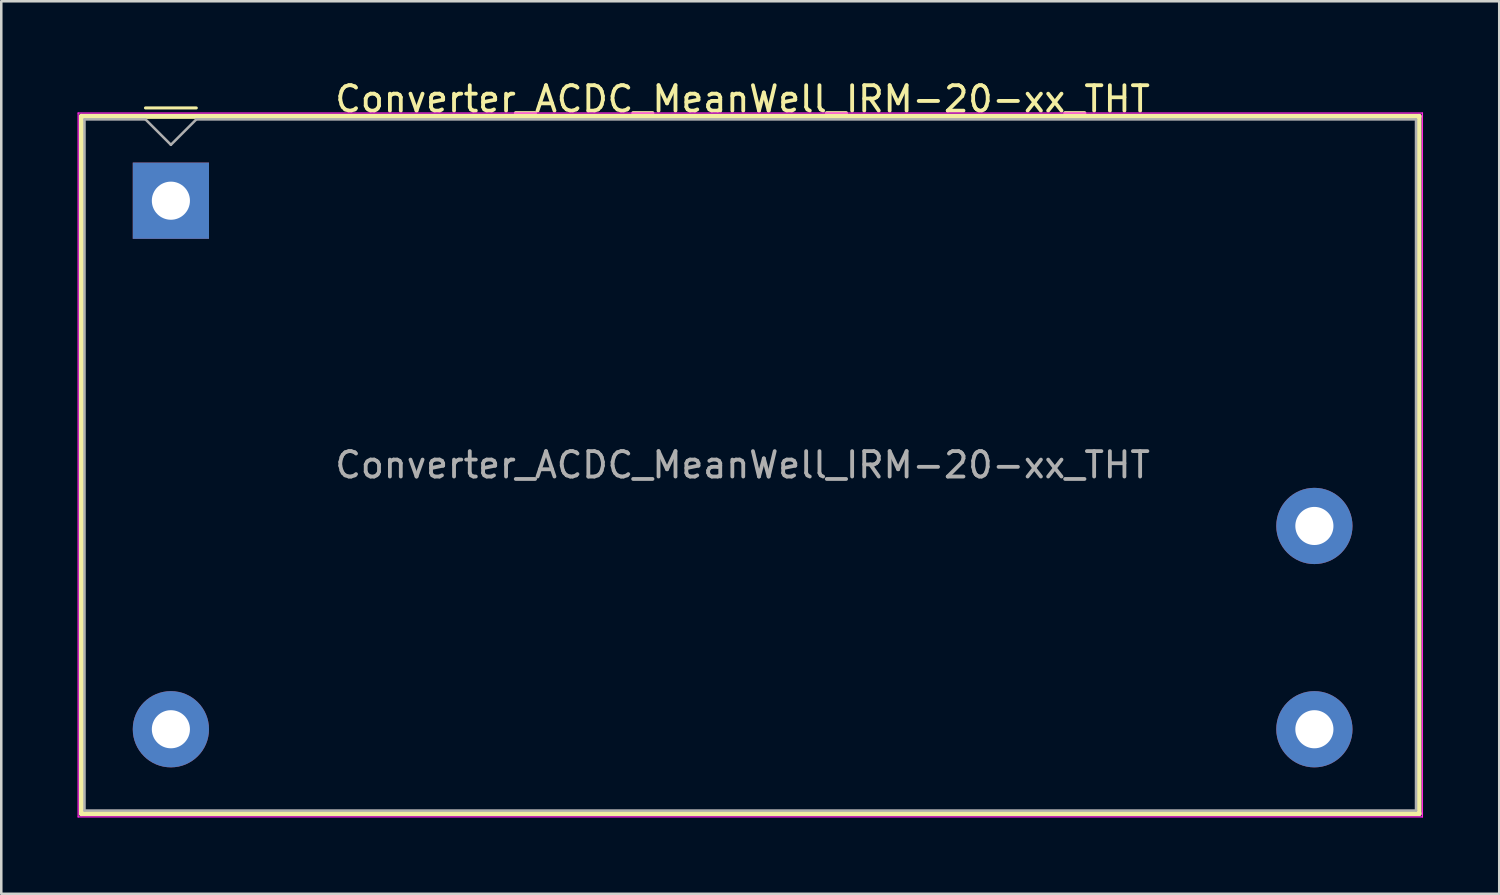
<source format=kicad_pcb>
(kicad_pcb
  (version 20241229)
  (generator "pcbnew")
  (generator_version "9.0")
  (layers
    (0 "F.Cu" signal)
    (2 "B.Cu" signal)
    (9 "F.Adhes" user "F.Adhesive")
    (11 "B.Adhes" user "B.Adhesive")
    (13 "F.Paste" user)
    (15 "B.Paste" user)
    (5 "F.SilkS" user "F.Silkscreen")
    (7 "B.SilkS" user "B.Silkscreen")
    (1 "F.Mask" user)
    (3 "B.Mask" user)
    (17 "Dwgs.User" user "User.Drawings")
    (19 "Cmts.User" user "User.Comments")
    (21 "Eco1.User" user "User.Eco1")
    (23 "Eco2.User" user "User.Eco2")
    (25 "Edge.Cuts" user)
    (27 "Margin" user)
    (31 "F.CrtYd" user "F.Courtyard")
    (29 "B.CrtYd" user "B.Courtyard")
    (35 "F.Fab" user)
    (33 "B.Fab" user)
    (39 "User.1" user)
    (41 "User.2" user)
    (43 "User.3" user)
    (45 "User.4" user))
  (footprint "Converter_ACDC_MeanWell_IRM-20-xx_THT"
    (layer "F.Cu")
    (at 3.675 4.848)
    (property "Reference" "Converter_ACDC_MeanWell_IRM-20-xx_THT" (at 22.5 -4 0) (layer "F.SilkS") (effects (font (size 1 1) (thickness 0.15))))
    (attr through_hole)
    (fp_line (start -3.52 -3.32) (end -3.52 24.12) (stroke (width 0.2) (type solid)) (layer "F.SilkS"))
    (fp_line (start -3.52 -3.32) (end 49.12 -3.32) (stroke (width 0.2) (type solid)) (layer "F.SilkS"))
    (fp_line (start -3.52 24.12) (end 49.12 24.12) (stroke (width 0.2) (type solid)) (layer "F.SilkS"))
    (fp_line (start 1 -3.65) (end -1 -3.65) (stroke (width 0.12) (type solid)) (layer "F.SilkS"))
    (fp_line (start 49.12 -3.32) (end 49.12 24.12) (stroke (width 0.2) (type solid)) (layer "F.SilkS"))
    (fp_line (start -3.65 -3.45) (end -3.65 24.25) (stroke (width 0.05) (type solid)) (layer "F.CrtYd"))
    (fp_line (start -3.65 -3.45) (end 49.25 -3.45) (stroke (width 0.05) (type solid)) (layer "F.CrtYd"))
    (fp_line (start -3.65 24.25) (end 49.25 24.25) (stroke (width 0.05) (type solid)) (layer "F.CrtYd"))
    (fp_line (start 49.25 -3.45) (end 49.25 24.25) (stroke (width 0.05) (type solid)) (layer "F.CrtYd"))
    (fp_line (start -3.4 -3.2) (end -3.4 24) (stroke (width 0.1) (type solid)) (layer "F.Fab"))
    (fp_line (start -3.4 24) (end 49 24) (stroke (width 0.1) (type solid)) (layer "F.Fab"))
    (fp_line (start -1 -3.2) (end -3.4 -3.2) (stroke (width 0.1) (type solid)) (layer "F.Fab"))
    (fp_line (start 0 -2.2) (end -1 -3.2) (stroke (width 0.1) (type solid)) (layer "F.Fab"))
    (fp_line (start 1 -3.2) (end 0 -2.2) (stroke (width 0.1) (type solid)) (layer "F.Fab"))
    (fp_line (start 49 -3.2) (end 1 -3.2) (stroke (width 0.1) (type solid)) (layer "F.Fab"))
    (fp_line (start 49 -3.2) (end 49 24) (stroke (width 0.1) (type solid)) (layer "F.Fab"))
    (fp_text user "${REFERENCE}" (at 22.5 10.4 0) (layer "F.Fab") (effects (font (size 1 1) (thickness 0.15))))
    (pad "1" thru_hole rect (at 0 0) (size 3 3) (drill 1.5) (layers "*.Cu" "*.Mask"))
    (pad "2" thru_hole circle (at 0 20.8) (size 3 3) (drill 1.5) (layers "*.Cu" "*.Mask"))
    (pad "3" thru_hole circle (at 45 20.8) (size 3 3) (drill 1.5) (layers "*.Cu" "*.Mask"))
    (pad "4" thru_hole circle (at 45 12.8) (size 3 3) (drill 1.5) (layers "*.Cu" "*.Mask")))
  (gr_rect
    (start -3 -3)
    (end 55.95 32.123)
    (stroke (width 0.1) (type default))
    (fill no)
    (layer "Edge.Cuts")))
</source>
